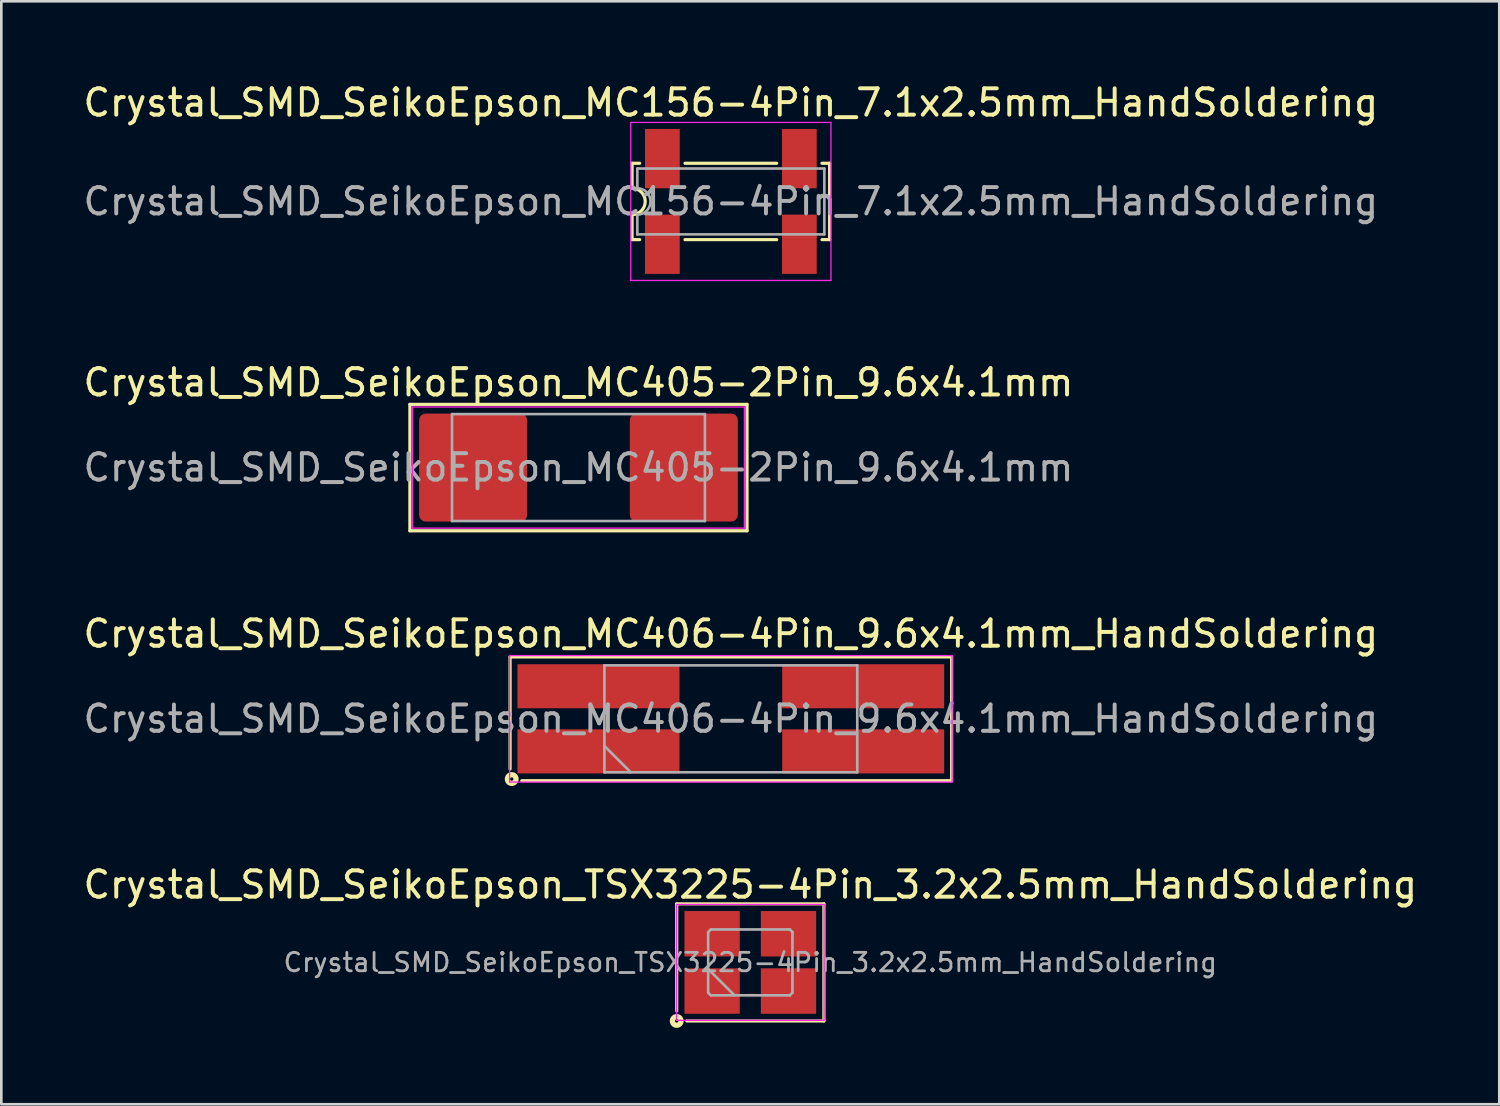
<source format=kicad_pcb>
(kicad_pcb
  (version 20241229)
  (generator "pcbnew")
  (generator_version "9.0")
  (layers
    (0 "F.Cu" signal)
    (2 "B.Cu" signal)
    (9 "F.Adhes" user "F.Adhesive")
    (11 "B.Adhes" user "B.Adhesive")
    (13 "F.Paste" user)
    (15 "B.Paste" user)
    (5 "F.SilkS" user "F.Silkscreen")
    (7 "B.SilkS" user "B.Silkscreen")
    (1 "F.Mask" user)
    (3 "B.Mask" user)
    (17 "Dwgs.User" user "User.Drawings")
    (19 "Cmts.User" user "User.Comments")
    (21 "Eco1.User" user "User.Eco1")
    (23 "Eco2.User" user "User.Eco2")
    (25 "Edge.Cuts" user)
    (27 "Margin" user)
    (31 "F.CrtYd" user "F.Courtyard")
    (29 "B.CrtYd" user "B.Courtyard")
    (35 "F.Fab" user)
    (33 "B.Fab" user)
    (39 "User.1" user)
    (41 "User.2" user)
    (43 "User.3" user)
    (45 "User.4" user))
  (footprint "Crystal_SMD_SeikoEpson_MC156-4Pin_7.1x2.5mm_HandSoldering"
    (layer "F.Cu")
    (at 24.696 4.598)
    (property "Reference" "Crystal_SMD_SeikoEpson_MC156-4Pin_7.1x2.5mm_HandSoldering" (at 0 -3.75 0) (layer "F.SilkS") (effects (font (size 1 1) (thickness 0.15))))
    (attr smd)
    (fp_line (start -3.75 -1.45) (end -3.46 -1.45) (stroke (width 0.12) (type solid)) (layer "F.SilkS"))
    (fp_line (start -3.75 -0.5) (end -3.75 -1.45) (stroke (width 0.12) (type solid)) (layer "F.SilkS"))
    (fp_line (start -3.75 1.45) (end -3.75 0.5) (stroke (width 0.12) (type solid)) (layer "F.SilkS"))
    (fp_line (start -3.75 1.45) (end -3.46 1.45) (stroke (width 0.12) (type solid)) (layer "F.SilkS"))
    (fp_line (start -1.74 -1.45) (end 1.74 -1.45) (stroke (width 0.12) (type solid)) (layer "F.SilkS"))
    (fp_line (start 1.74 1.45) (end -1.74 1.45) (stroke (width 0.12) (type solid)) (layer "F.SilkS"))
    (fp_line (start 3.46 -1.45) (end 3.75 -1.45) (stroke (width 0.12) (type solid)) (layer "F.SilkS"))
    (fp_line (start 3.75 -1.45) (end 3.75 1.45) (stroke (width 0.12) (type solid)) (layer "F.SilkS"))
    (fp_line (start 3.75 1.45) (end 3.46 1.45) (stroke (width 0.12) (type solid)) (layer "F.SilkS"))
    (fp_arc (start -3.75 -0.5) (mid -3.25 0) (end -3.75 0.5) (stroke (width 0.12) (type solid)) (layer "F.SilkS"))
    (fp_line (start -3.8 -3) (end -3.8 3) (stroke (width 0.05) (type solid)) (layer "F.CrtYd"))
    (fp_line (start -3.8 3) (end 3.8 3) (stroke (width 0.05) (type solid)) (layer "F.CrtYd"))
    (fp_line (start 3.8 -3) (end -3.8 -3) (stroke (width 0.05) (type solid)) (layer "F.CrtYd"))
    (fp_line (start 3.8 3) (end 3.8 -3) (stroke (width 0.05) (type solid)) (layer "F.CrtYd"))
    (fp_line (start -3.55 -1.25) (end 3.55 -1.25) (stroke (width 0.1) (type solid)) (layer "F.Fab"))
    (fp_line (start -3.55 -0.5) (end -3.55 -1.25) (stroke (width 0.1) (type solid)) (layer "F.Fab"))
    (fp_line (start -3.55 1.25) (end -3.55 0.5) (stroke (width 0.1) (type solid)) (layer "F.Fab"))
    (fp_line (start 3.55 -1.25) (end 3.55 1.25) (stroke (width 0.1) (type solid)) (layer "F.Fab"))
    (fp_line (start 3.55 1.25) (end -3.55 1.25) (stroke (width 0.1) (type solid)) (layer "F.Fab"))
    (fp_arc (start -3.55 -0.5) (mid -3.05 0) (end -3.55 0.5) (stroke (width 0.1) (type solid)) (layer "F.Fab"))
    (fp_text user "${REFERENCE}" (at 0 0 0) (layer "F.Fab") (effects (font (size 1 1) (thickness 0.15))))
    (pad "1" smd rect (at -2.6 1.625) (size 1.32 2.25) (layers "F.Cu" "F.Mask" "F.Paste"))
    (pad "2" smd rect (at 2.6 1.625) (size 1.32 2.25) (layers "F.Cu" "F.Mask" "F.Paste"))
    (pad "3" smd rect (at 2.6 -1.625) (size 1.32 2.25) (layers "F.Cu" "F.Mask" "F.Paste"))
    (pad "4" smd rect (at -2.6 -1.625) (size 1.32 2.25) (layers "F.Cu" "F.Mask" "F.Paste")))
  (footprint "Crystal_SMD_SeikoEpson_MC406-4Pin_9.6x4.1mm_HandSoldering"
    (layer "F.Cu")
    (at 24.696 24.24)
    (property "Reference" "Crystal_SMD_SeikoEpson_MC406-4Pin_9.6x4.1mm_HandSoldering" (at 0 -3.23 0) (layer "F.SilkS") (effects (font (size 1 1) (thickness 0.15))))
    (attr smd)
    (fp_line (start -8.382 -2.349) (end 8.382 -2.349) (stroke (width 0.12) (type solid)) (layer "F.SilkS"))
    (fp_line (start -8.382 1.905) (end -8.382 -2.349) (stroke (width 0.12) (type solid)) (layer "F.SilkS"))
    (fp_line (start 8.382 -2.349) (end 8.382 2.349) (stroke (width 0.12) (type solid)) (layer "F.SilkS"))
    (fp_line (start 8.382 2.349) (end -7.938 2.349) (stroke (width 0.12) (type solid)) (layer "F.SilkS"))
    (fp_circle (center -8.319 2.286) (end -8.255 2.286) (stroke (width 0.2) (type solid)) (fill no) (layer "F.SilkS"))
    (fp_line (start -8.4 -2.4) (end -8.4 2.4) (stroke (width 0.05) (type solid)) (layer "F.CrtYd"))
    (fp_line (start -8.4 2.4) (end 8.4 2.4) (stroke (width 0.05) (type solid)) (layer "F.CrtYd"))
    (fp_line (start 8.4 -2.4) (end -8.4 -2.4) (stroke (width 0.05) (type solid)) (layer "F.CrtYd"))
    (fp_line (start 8.4 2.4) (end 8.4 -2.4) (stroke (width 0.05) (type solid)) (layer "F.CrtYd"))
    (fp_line (start -4.8 -2.03) (end -4.8 2.03) (stroke (width 0.1) (type solid)) (layer "F.Fab"))
    (fp_line (start -4.8 1.03) (end -3.8 2.03) (stroke (width 0.1) (type solid)) (layer "F.Fab"))
    (fp_line (start -4.8 2.03) (end 4.8 2.03) (stroke (width 0.1) (type solid)) (layer "F.Fab"))
    (fp_line (start 4.8 -2.03) (end -4.8 -2.03) (stroke (width 0.1) (type solid)) (layer "F.Fab"))
    (fp_line (start 4.8 2.03) (end 4.8 -2.03) (stroke (width 0.1) (type solid)) (layer "F.Fab"))
    (fp_text user "${REFERENCE}" (at 0 0 0) (layer "F.Fab") (effects (font (size 1 1) (thickness 0.15))))
    (pad "1" smd rect (at -5.025 1.236) (size 6.15 1.672) (layers "F.Cu" "F.Mask" "F.Paste"))
    (pad "2" smd rect (at 5.025 1.236) (size 6.15 1.672) (layers "F.Cu" "F.Mask" "F.Paste"))
    (pad "3" smd rect (at 5.025 -1.236) (size 6.15 1.672) (layers "F.Cu" "F.Mask" "F.Paste"))
    (pad "4" smd rect (at -5.025 -1.236) (size 6.15 1.672) (layers "F.Cu" "F.Mask" "F.Paste")))
  (footprint "Crystal_SMD_SeikoEpson_TSX3225-4Pin_3.2x2.5mm_HandSoldering"
    (layer "F.Cu")
    (at 25.435 33.487)
    (property "Reference" "Crystal_SMD_SeikoEpson_TSX3225-4Pin_3.2x2.5mm_HandSoldering" (at 0 -2.95 0) (layer "F.SilkS") (effects (font (size 1 1) (thickness 0.15))))
    (attr smd)
    (fp_line (start -2.794 -2.223) (end 2.794 -2.223) (stroke (width 0.12) (type solid)) (layer "F.SilkS"))
    (fp_line (start -2.794 1.841) (end -2.794 -2.223) (stroke (width 0.12) (type solid)) (layer "F.SilkS"))
    (fp_line (start 2.794 -2.223) (end 2.794 2.223) (stroke (width 0.12) (type solid)) (layer "F.SilkS"))
    (fp_line (start 2.794 2.223) (end -2.413 2.223) (stroke (width 0.12) (type solid)) (layer "F.SilkS"))
    (fp_circle (center -2.794 2.223) (end -2.731 2.223) (stroke (width 0.2) (type solid)) (fill no) (layer "F.SilkS"))
    (fp_line (start -2.8 -2.2) (end -2.8 2.2) (stroke (width 0.05) (type solid)) (layer "F.CrtYd"))
    (fp_line (start -2.8 2.2) (end 2.8 2.2) (stroke (width 0.05) (type solid)) (layer "F.CrtYd"))
    (fp_line (start 2.8 -2.2) (end -2.8 -2.2) (stroke (width 0.05) (type solid)) (layer "F.CrtYd"))
    (fp_line (start 2.8 2.2) (end 2.8 -2.2) (stroke (width 0.05) (type solid)) (layer "F.CrtYd"))
    (fp_line (start -1.6 -1.15) (end -1.5 -1.25) (stroke (width 0.1) (type solid)) (layer "F.Fab"))
    (fp_line (start -1.6 0.25) (end -0.6 1.25) (stroke (width 0.1) (type solid)) (layer "F.Fab"))
    (fp_line (start -1.6 1.15) (end -1.6 -1.15) (stroke (width 0.1) (type solid)) (layer "F.Fab"))
    (fp_line (start -1.5 -1.25) (end 1.5 -1.25) (stroke (width 0.1) (type solid)) (layer "F.Fab"))
    (fp_line (start -1.5 1.25) (end -1.6 1.15) (stroke (width 0.1) (type solid)) (layer "F.Fab"))
    (fp_line (start 1.5 -1.25) (end 1.6 -1.15) (stroke (width 0.1) (type solid)) (layer "F.Fab"))
    (fp_line (start 1.5 1.25) (end -1.5 1.25) (stroke (width 0.1) (type solid)) (layer "F.Fab"))
    (fp_line (start 1.6 -1.15) (end 1.6 1.15) (stroke (width 0.1) (type solid)) (layer "F.Fab"))
    (fp_line (start 1.6 1.15) (end 1.5 1.25) (stroke (width 0.1) (type solid)) (layer "F.Fab"))
    (fp_text user "${REFERENCE}" (at 0 0 0) (layer "F.Fab") (effects (font (size 0.7 0.7) (thickness 0.105))))
    (pad "1" smd rect (at -1.45 1.087) (size 2.1 1.725) (layers "F.Cu" "F.Mask" "F.Paste"))
    (pad "2" smd rect (at 1.45 1.087) (size 2.1 1.725) (layers "F.Cu" "F.Mask" "F.Paste"))
    (pad "3" smd rect (at 1.45 -1.087) (size 2.1 1.725) (layers "F.Cu" "F.Mask" "F.Paste"))
    (pad "4" smd rect (at -1.45 -1.087) (size 2.1 1.725) (layers "F.Cu" "F.Mask" "F.Paste")))
  (footprint "Crystal_SMD_SeikoEpson_MC405-2Pin_9.6x4.1mm"
    (layer "F.Cu")
    (at 18.911 14.701)
    (property "Reference" "Crystal_SMD_SeikoEpson_MC405-2Pin_9.6x4.1mm" (at 0 -3.23 0) (layer "F.SilkS") (effects (font (size 1 1) (thickness 0.15))))
    (attr smd)
    (fp_line (start -6.4 -2.4) (end -6.4 2.4) (stroke (width 0.12) (type solid)) (layer "F.SilkS"))
    (fp_line (start -6.4 2.4) (end 6.4 2.4) (stroke (width 0.12) (type solid)) (layer "F.SilkS"))
    (fp_line (start 6.4 -2.4) (end -6.4 -2.4) (stroke (width 0.12) (type solid)) (layer "F.SilkS"))
    (fp_line (start 6.4 2.4) (end 6.4 -2.4) (stroke (width 0.12) (type solid)) (layer "F.SilkS"))
    (fp_line (start -6.3 -2.3) (end -6.3 2.3) (stroke (width 0.05) (type solid)) (layer "F.CrtYd"))
    (fp_line (start -6.3 2.3) (end 6.3 2.3) (stroke (width 0.05) (type solid)) (layer "F.CrtYd"))
    (fp_line (start 6.3 -2.3) (end -6.3 -2.3) (stroke (width 0.05) (type solid)) (layer "F.CrtYd"))
    (fp_line (start 6.3 2.3) (end 6.3 -2.3) (stroke (width 0.05) (type solid)) (layer "F.CrtYd"))
    (fp_line (start -4.8 -2.03) (end -4.8 2.03) (stroke (width 0.1) (type solid)) (layer "F.Fab"))
    (fp_line (start -4.8 2.03) (end 4.8 2.03) (stroke (width 0.1) (type solid)) (layer "F.Fab"))
    (fp_line (start 4.8 -2.03) (end -4.8 -2.03) (stroke (width 0.1) (type solid)) (layer "F.Fab"))
    (fp_line (start 4.8 2.03) (end 4.8 -2.03) (stroke (width 0.1) (type solid)) (layer "F.Fab"))
    (fp_text user "${REFERENCE}" (at 0 0 0) (layer "F.Fab") (effects (font (size 1 1) (thickness 0.15))))
    (pad "1" smd roundrect (at -4 0) (size 4.1 4.1) (layers "F.Cu" "F.Mask" "F.Paste") (roundrect_rratio 0.061))
    (pad "2" smd roundrect (at 4 0) (size 4.1 4.1) (layers "F.Cu" "F.Mask" "F.Paste") (roundrect_rratio 0.061)))
  (gr_rect
    (start -3 -3)
    (end 53.869 38.873)
    (stroke (width 0.1) (type default))
    (fill no)
    (layer "Edge.Cuts")))
</source>
